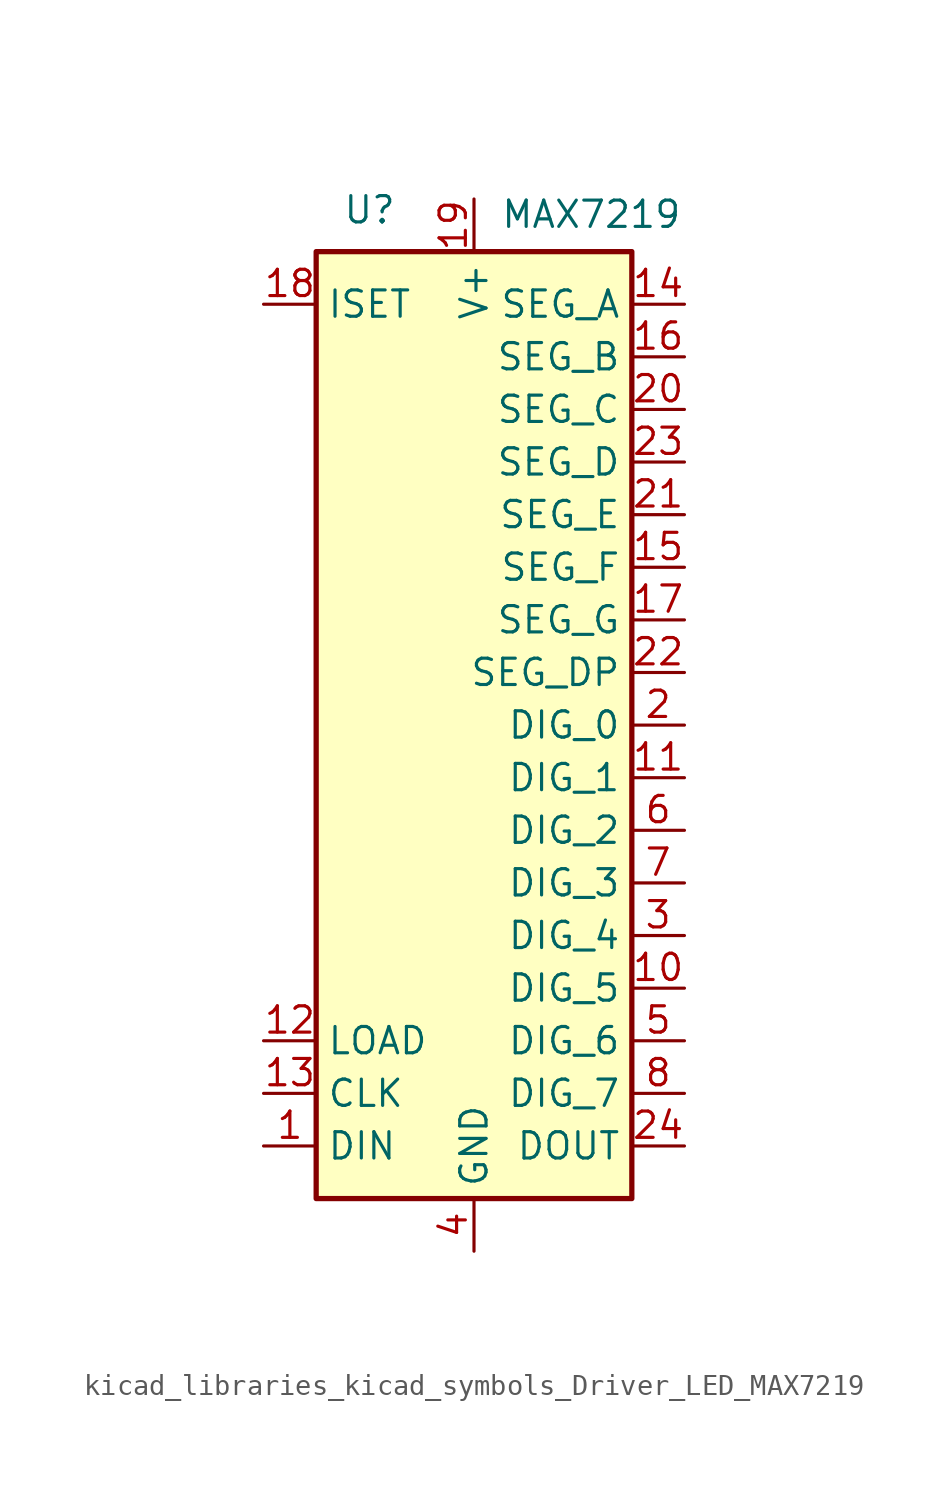
<source format=kicad_sym>
(kicad_symbol_lib
  (version 20220914)
  (generator kicad_symbol_editor)
  (symbol "kicad_libraries_kicad_symbols_Driver_LED_MAX7219"
    (property "Reference" "U"
      (at -6.35 24.13 0)
      (effects (font (size 1.27 1.27)) (justify left bottom)))
    (property "Value" "MAX7219"
      (at 1.27 25.4 0)
      (effects (font (size 1.27 1.27)) (justify left top)))
    (symbol "kicad_libraries_kicad_symbols_Driver_LED_MAX7219_0_1"
      (rectangle (start -7.62 22.86) (end 7.62 -22.86) (stroke (width 0.254) (type default)) (fill (type background))))
    (symbol "kicad_libraries_kicad_symbols_Driver_LED_MAX7219_1_1"
      (pin input line (at -10.16 -20.32 0) (length 2.54) (name "DIN" (effects (font (size 1.27 1.27)))) (number "1" (effects (font (size 1.27 1.27)))))
      (pin output line (at 10.16 -12.7 180) (length 2.54) (name "DIG_5" (effects (font (size 1.27 1.27)))) (number "10" (effects (font (size 1.27 1.27)))))
      (pin output line (at 10.16 -2.54 180) (length 2.54) (name "DIG_1" (effects (font (size 1.27 1.27)))) (number "11" (effects (font (size 1.27 1.27)))))
      (pin input line (at -10.16 -15.24 0) (length 2.54) (name "LOAD" (effects (font (size 1.27 1.27)))) (number "12" (effects (font (size 1.27 1.27)))))
      (pin input line (at -10.16 -17.78 0) (length 2.54) (name "CLK" (effects (font (size 1.27 1.27)))) (number "13" (effects (font (size 1.27 1.27)))))
      (pin output line (at 10.16 20.32 180) (length 2.54) (name "SEG_A" (effects (font (size 1.27 1.27)))) (number "14" (effects (font (size 1.27 1.27)))))
      (pin output line (at 10.16 7.62 180) (length 2.54) (name "SEG_F" (effects (font (size 1.27 1.27)))) (number "15" (effects (font (size 1.27 1.27)))))
      (pin output line (at 10.16 17.78 180) (length 2.54) (name "SEG_B" (effects (font (size 1.27 1.27)))) (number "16" (effects (font (size 1.27 1.27)))))
      (pin output line (at 10.16 5.08 180) (length 2.54) (name "SEG_G" (effects (font (size 1.27 1.27)))) (number "17" (effects (font (size 1.27 1.27)))))
      (pin input line (at -10.16 20.32 0) (length 2.54) (name "ISET" (effects (font (size 1.27 1.27)))) (number "18" (effects (font (size 1.27 1.27)))))
      (pin power_in line (at 0 25.4 270) (length 2.54) (name "V+" (effects (font (size 1.27 1.27)))) (number "19" (effects (font (size 1.27 1.27)))))
      (pin output line (at 10.16 0 180) (length 2.54) (name "DIG_0" (effects (font (size 1.27 1.27)))) (number "2" (effects (font (size 1.27 1.27)))))
      (pin output line (at 10.16 15.24 180) (length 2.54) (name "SEG_C" (effects (font (size 1.27 1.27)))) (number "20" (effects (font (size 1.27 1.27)))))
      (pin output line (at 10.16 10.16 180) (length 2.54) (name "SEG_E" (effects (font (size 1.27 1.27)))) (number "21" (effects (font (size 1.27 1.27)))))
      (pin output line (at 10.16 2.54 180) (length 2.54) (name "SEG_DP" (effects (font (size 1.27 1.27)))) (number "22" (effects (font (size 1.27 1.27)))))
      (pin output line (at 10.16 12.7 180) (length 2.54) (name "SEG_D" (effects (font (size 1.27 1.27)))) (number "23" (effects (font (size 1.27 1.27)))))
      (pin output line (at 10.16 -20.32 180) (length 2.54) (name "DOUT" (effects (font (size 1.27 1.27)))) (number "24" (effects (font (size 1.27 1.27)))))
      (pin output line (at 10.16 -10.16 180) (length 2.54) (name "DIG_4" (effects (font (size 1.27 1.27)))) (number "3" (effects (font (size 1.27 1.27)))))
      (pin power_in line (at 0 -25.4 90) (length 2.54) (name "GND" (effects (font (size 1.27 1.27)))) (number "4" (effects (font (size 1.27 1.27)))))
      (pin output line (at 10.16 -15.24 180) (length 2.54) (name "DIG_6" (effects (font (size 1.27 1.27)))) (number "5" (effects (font (size 1.27 1.27)))))
      (pin output line (at 10.16 -5.08 180) (length 2.54) (name "DIG_2" (effects (font (size 1.27 1.27)))) (number "6" (effects (font (size 1.27 1.27)))))
      (pin output line (at 10.16 -7.62 180) (length 2.54) (name "DIG_3" (effects (font (size 1.27 1.27)))) (number "7" (effects (font (size 1.27 1.27)))))
      (pin output line (at 10.16 -17.78 180) (length 2.54) (name "DIG_7" (effects (font (size 1.27 1.27)))) (number "8" (effects (font (size 1.27 1.27)))))
      (pin passive line (at 0 -25.4 90) (length 2.54) hide (name "GND" (effects (font (size 1.27 1.27)))) (number "9" (effects (font (size 1.27 1.27))))))))
</source>
